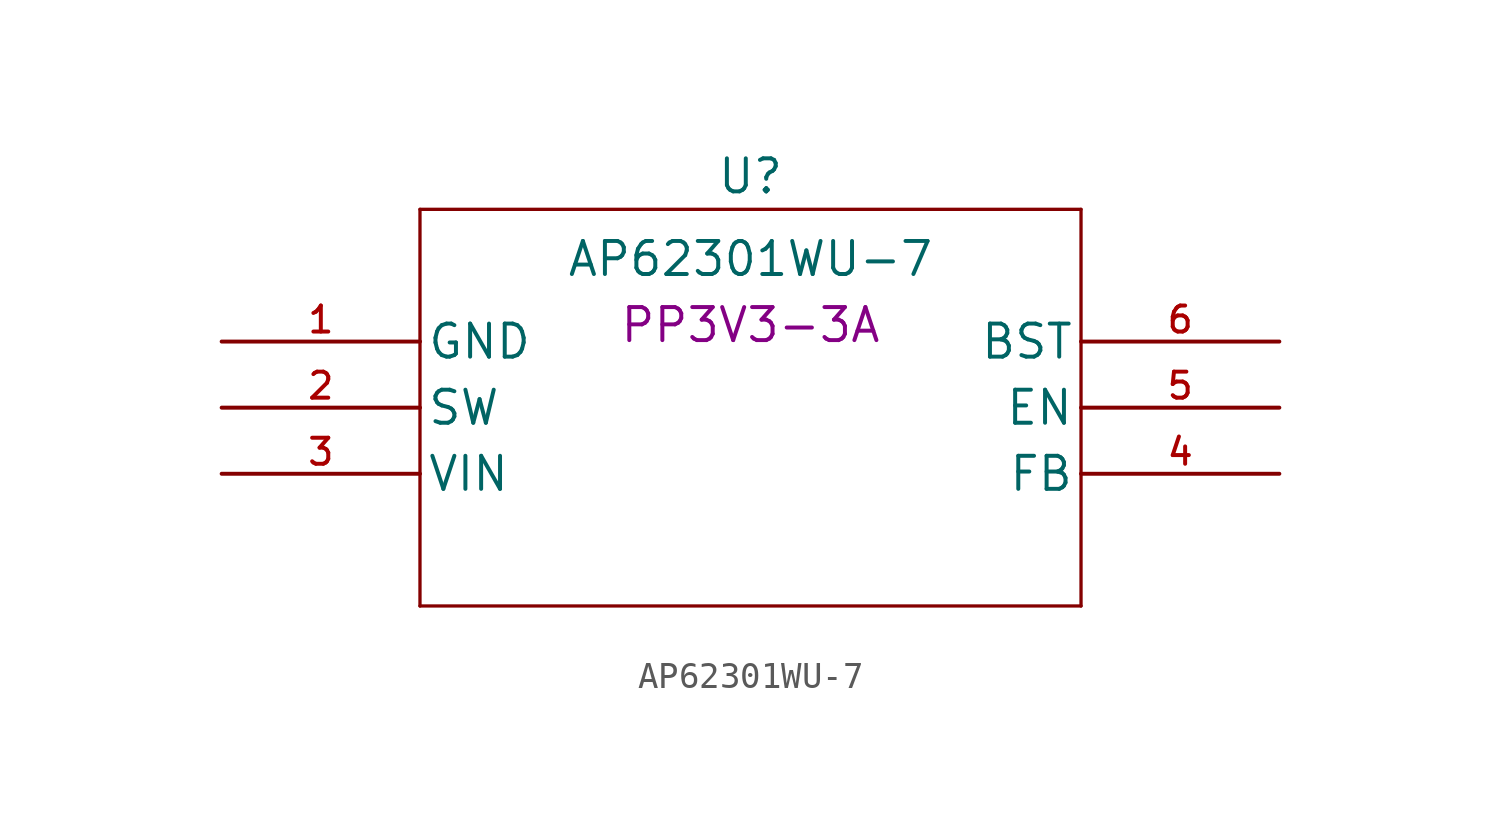
<source format=kicad_sym>
(kicad_symbol_lib
  (version 20211014)
  (generator kicad_symbol_editor)
  (symbol "AP62301WU-7"
    (pin_names
      (offset 0.254))
    (property "Reference" "U"
      (at 20.32 6.35 0)
      (effects (font (size 1.27 1.27))))
    (property "Value" "AP62301WU-7"
      (at 20.32 3.175 0)
      (effects (font (size 1.27 1.27))))
    (property "Current" "PP3V3-3A"
      (at 20.32 0.635 0)
      (effects (font (size 1.27 1.27))))
    (symbol "AP62301WU-7_1_1"
      (polyline (pts (xy 7.62 -10.16) (xy 33.02 -10.16)) (stroke (width 0.127) (type default) (color 0 0 0 0)) (fill (type none)))
      (polyline (pts (xy 7.62 5.08) (xy 7.62 -10.16)) (stroke (width 0.127) (type default) (color 0 0 0 0)) (fill (type none)))
      (polyline (pts (xy 33.02 -10.16) (xy 33.02 5.08)) (stroke (width 0.127) (type default) (color 0 0 0 0)) (fill (type none)))
      (polyline (pts (xy 33.02 5.08) (xy 7.62 5.08)) (stroke (width 0.127) (type default) (color 0 0 0 0)) (fill (type none)))
      (pin power_in line (at 0 0 0) (length 7.62) (name "GND" (effects (font (size 1.27 1.27)))) (number "1" (effects (font (size 1 1)))))
      (pin power_out line (at 0 -2.54 0) (length 7.62) (name "SW" (effects (font (size 1.27 1.27)))) (number "2" (effects (font (size 1 1)))))
      (pin power_in line (at 0 -5.08 0) (length 7.62) (name "VIN" (effects (font (size 1.27 1.27)))) (number "3" (effects (font (size 1 1)))))
      (pin input line (at 40.64 -5.08 180) (length 7.62) (name "FB" (effects (font (size 1.27 1.27)))) (number "4" (effects (font (size 1 1)))))
      (pin input line (at 40.64 -2.54 180) (length 7.62) (name "EN" (effects (font (size 1.27 1.27)))) (number "5" (effects (font (size 1 1)))))
      (pin power_in line (at 40.64 0 180) (length 7.62) (name "BST" (effects (font (size 1.27 1.27)))) (number "6" (effects (font (size 1 1))))))))
</source>
